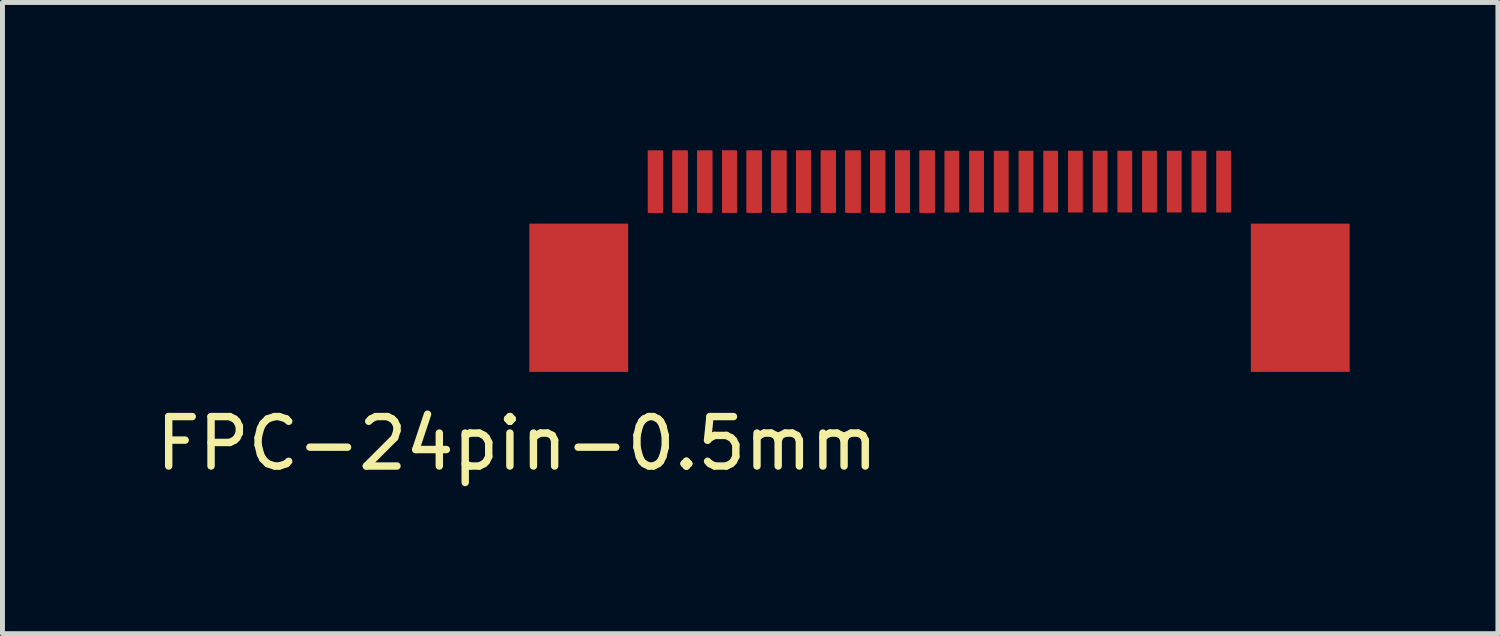
<source format=kicad_pcb>
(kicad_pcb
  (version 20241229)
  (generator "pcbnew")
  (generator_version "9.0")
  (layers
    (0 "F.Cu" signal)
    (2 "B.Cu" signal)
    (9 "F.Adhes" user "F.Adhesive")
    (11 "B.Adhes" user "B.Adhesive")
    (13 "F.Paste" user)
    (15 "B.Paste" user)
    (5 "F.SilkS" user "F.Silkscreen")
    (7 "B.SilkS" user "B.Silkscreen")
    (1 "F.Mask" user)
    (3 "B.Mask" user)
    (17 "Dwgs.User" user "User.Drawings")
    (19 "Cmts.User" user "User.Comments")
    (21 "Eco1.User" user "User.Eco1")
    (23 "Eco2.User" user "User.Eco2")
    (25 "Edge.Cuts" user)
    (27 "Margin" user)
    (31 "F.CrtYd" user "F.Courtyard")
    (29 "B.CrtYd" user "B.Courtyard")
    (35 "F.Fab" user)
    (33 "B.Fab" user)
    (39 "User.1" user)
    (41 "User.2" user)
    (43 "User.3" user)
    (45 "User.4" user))
  (footprint "FPC-24pin-0.5mm"
    (layer "F.Cu")
    (at 15.711 0.625)
    (property "Reference" "FPC-24pin-0.5mm" (at -8.3 5.3 0) (layer "F.SilkS") (effects (font (size 1 1) (thickness 0.15))))
    (attr through_hole)
    (pad "" smd trapezoid (at -7.05 2.35) (size 2 3) (layers "F.Cu" "F.Mask" "F.Paste"))
    (pad "" smd trapezoid (at 7.55 2.35) (size 2 3) (layers "F.Cu" "F.Mask" "F.Paste"))
    (pad "1" smd trapezoid (at -5.5 0) (size 0.3 1.25) (layers "F.Cu" "F.Mask" "F.Paste"))
    (pad "1" smd trapezoid (at -5.5 0) (size 0.3 1.25) (layers "F.Cu" "F.Mask" "F.Paste"))
    (pad "1" smd trapezoid (at -5.5 0) (size 0.3 1.25) (layers "F.Cu" "F.Mask" "F.Paste"))
    (pad "1" smd trapezoid (at -5.5 0) (size 0.3 1.25) (layers "F.Cu" "F.Mask" "F.Paste"))
    (pad "2" smd trapezoid (at -5 0) (size 0.3 1.25) (layers "F.Cu" "F.Mask" "F.Paste"))
    (pad "2" smd trapezoid (at -5 0) (size 0.3 1.25) (layers "F.Cu" "F.Mask" "F.Paste"))
    (pad "2" smd trapezoid (at -5 0) (size 0.3 1.25) (layers "F.Cu" "F.Mask" "F.Paste"))
    (pad "2" smd trapezoid (at -5 0) (size 0.3 1.25) (layers "F.Cu" "F.Mask" "F.Paste"))
    (pad "3" smd trapezoid (at -4.5 0) (size 0.3 1.25) (layers "F.Cu" "F.Mask" "F.Paste"))
    (pad "3" smd trapezoid (at -4.5 0) (size 0.3 1.25) (layers "F.Cu" "F.Mask" "F.Paste"))
    (pad "3" smd trapezoid (at -4.5 0) (size 0.3 1.25) (layers "F.Cu" "F.Mask" "F.Paste"))
    (pad "3" smd trapezoid (at -4.5 0) (size 0.3 1.25) (layers "F.Cu" "F.Mask" "F.Paste"))
    (pad "4" smd trapezoid (at -4 0) (size 0.3 1.25) (layers "F.Cu" "F.Mask" "F.Paste"))
    (pad "4" smd trapezoid (at -4 0) (size 0.3 1.25) (layers "F.Cu" "F.Mask" "F.Paste"))
    (pad "4" smd trapezoid (at -4 0) (size 0.3 1.25) (layers "F.Cu" "F.Mask" "F.Paste"))
    (pad "4" smd trapezoid (at -4 0) (size 0.3 1.25) (layers "F.Cu" "F.Mask" "F.Paste"))
    (pad "5" smd trapezoid (at -3.5 0) (size 0.3 1.25) (layers "F.Cu" "F.Mask" "F.Paste"))
    (pad "5" smd trapezoid (at -3.5 0) (size 0.3 1.25) (layers "F.Cu" "F.Mask" "F.Paste"))
    (pad "5" smd trapezoid (at -3.5 0) (size 0.3 1.25) (layers "F.Cu" "F.Mask" "F.Paste"))
    (pad "5" smd trapezoid (at -3.5 0) (size 0.3 1.25) (layers "F.Cu" "F.Mask" "F.Paste"))
    (pad "6" smd trapezoid (at -3 0) (size 0.3 1.25) (layers "F.Cu" "F.Mask" "F.Paste"))
    (pad "6" smd trapezoid (at -3 0) (size 0.3 1.25) (layers "F.Cu" "F.Mask" "F.Paste"))
    (pad "6" smd trapezoid (at -3 0) (size 0.3 1.25) (layers "F.Cu" "F.Mask" "F.Paste"))
    (pad "6" smd trapezoid (at -3 0) (size 0.3 1.25) (layers "F.Cu" "F.Mask" "F.Paste"))
    (pad "7" smd trapezoid (at -2.5 0) (size 0.3 1.25) (layers "F.Cu" "F.Mask" "F.Paste"))
    (pad "7" smd trapezoid (at -2.5 0) (size 0.3 1.25) (layers "F.Cu" "F.Mask" "F.Paste"))
    (pad "7" smd trapezoid (at -2.5 0) (size 0.3 1.25) (layers "F.Cu" "F.Mask" "F.Paste"))
    (pad "7" smd trapezoid (at -2.5 0) (size 0.3 1.25) (layers "F.Cu" "F.Mask" "F.Paste"))
    (pad "8" smd trapezoid (at -2 0) (size 0.3 1.25) (layers "F.Cu" "F.Mask" "F.Paste"))
    (pad "8" smd trapezoid (at -2 0) (size 0.3 1.25) (layers "F.Cu" "F.Mask" "F.Paste"))
    (pad "8" smd trapezoid (at -2 0) (size 0.3 1.25) (layers "F.Cu" "F.Mask" "F.Paste"))
    (pad "8" smd trapezoid (at -2 0) (size 0.3 1.25) (layers "F.Cu" "F.Mask" "F.Paste"))
    (pad "9" smd trapezoid (at -1.5 0) (size 0.3 1.25) (layers "F.Cu" "F.Mask" "F.Paste"))
    (pad "9" smd trapezoid (at -1.5 0) (size 0.3 1.25) (layers "F.Cu" "F.Mask" "F.Paste"))
    (pad "9" smd trapezoid (at -1.5 0) (size 0.3 1.25) (layers "F.Cu" "F.Mask" "F.Paste"))
    (pad "9" smd trapezoid (at -1.5 0) (size 0.3 1.25) (layers "F.Cu" "F.Mask" "F.Paste"))
    (pad "10" smd trapezoid (at -1 0) (size 0.3 1.25) (layers "F.Cu" "F.Mask" "F.Paste"))
    (pad "10" smd trapezoid (at -1 0) (size 0.3 1.25) (layers "F.Cu" "F.Mask" "F.Paste"))
    (pad "10" smd trapezoid (at -1 0) (size 0.3 1.25) (layers "F.Cu" "F.Mask" "F.Paste"))
    (pad "10" smd trapezoid (at -1 0) (size 0.3 1.25) (layers "F.Cu" "F.Mask" "F.Paste"))
    (pad "11" smd trapezoid (at -0.5 0) (size 0.3 1.25) (layers "F.Cu" "F.Mask" "F.Paste"))
    (pad "11" smd trapezoid (at -0.5 0) (size 0.3 1.25) (layers "F.Cu" "F.Mask" "F.Paste"))
    (pad "11" smd trapezoid (at -0.5 0) (size 0.3 1.25) (layers "F.Cu" "F.Mask" "F.Paste"))
    (pad "11" smd trapezoid (at -0.5 0) (size 0.3 1.25) (layers "F.Cu" "F.Mask" "F.Paste"))
    (pad "12" smd trapezoid (at 0 0) (size 0.3 1.25) (layers "F.Cu" "F.Mask" "F.Paste"))
    (pad "12" smd trapezoid (at 0 0) (size 0.3 1.25) (layers "F.Cu" "F.Mask" "F.Paste"))
    (pad "12" smd trapezoid (at 0 0) (size 0.3 1.25) (layers "F.Cu" "F.Mask" "F.Paste"))
    (pad "12" smd trapezoid (at 0 0) (size 0.3 1.25) (layers "F.Cu" "F.Mask" "F.Paste"))
    (pad "13" smd trapezoid (at 0.5 0) (size 0.3 1.25) (layers "F.Cu" "F.Mask" "F.Paste"))
    (pad "14" smd trapezoid (at 1 0) (size 0.3 1.25) (layers "F.Cu" "F.Mask" "F.Paste"))
    (pad "15" smd trapezoid (at 1.5 0) (size 0.3 1.25) (layers "F.Cu" "F.Mask" "F.Paste"))
    (pad "16" smd trapezoid (at 2 0) (size 0.3 1.25) (layers "F.Cu" "F.Mask" "F.Paste"))
    (pad "17" smd trapezoid (at 2.5 0) (size 0.3 1.25) (layers "F.Cu" "F.Mask" "F.Paste"))
    (pad "18" smd trapezoid (at 3 0) (size 0.3 1.25) (layers "F.Cu" "F.Mask" "F.Paste"))
    (pad "19" smd trapezoid (at 3.5 0) (size 0.3 1.25) (layers "F.Cu" "F.Mask" "F.Paste"))
    (pad "20" smd trapezoid (at 4 0) (size 0.3 1.25) (layers "F.Cu" "F.Mask" "F.Paste"))
    (pad "21" smd trapezoid (at 4.5 0) (size 0.3 1.25) (layers "F.Cu" "F.Mask" "F.Paste"))
    (pad "22" smd trapezoid (at 5 0) (size 0.3 1.25) (layers "F.Cu" "F.Mask" "F.Paste"))
    (pad "23" smd trapezoid (at 5.5 0) (size 0.3 1.25) (layers "F.Cu" "F.Mask" "F.Paste"))
    (pad "24" smd trapezoid (at 6 0) (size 0.3 1.25) (layers "F.Cu" "F.Mask" "F.Paste")))
  (gr_rect
    (start -3 -3)
    (end 27.261 9.773)
    (stroke (width 0.1) (type default))
    (fill no)
    (layer "Edge.Cuts")))
</source>
